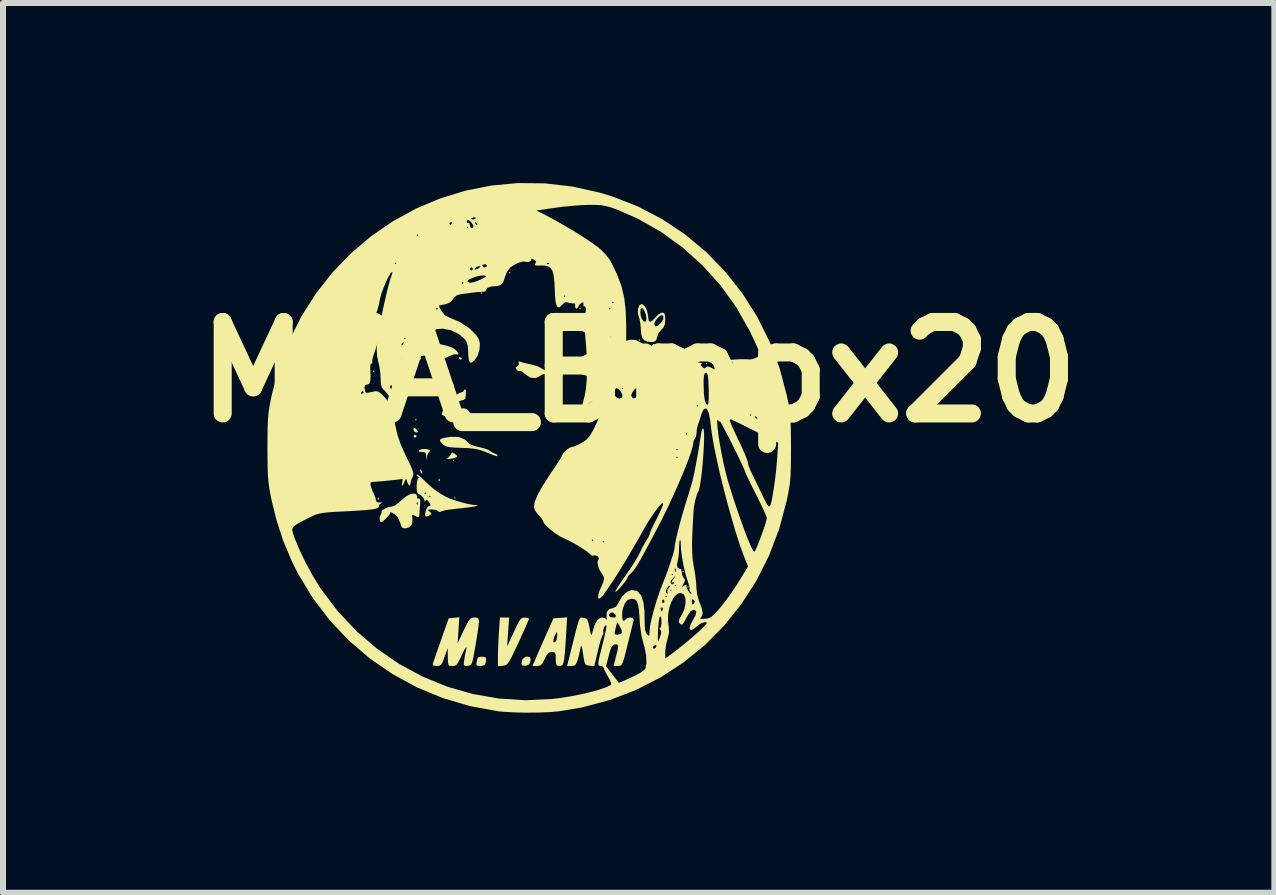
<source format=kicad_pcb>
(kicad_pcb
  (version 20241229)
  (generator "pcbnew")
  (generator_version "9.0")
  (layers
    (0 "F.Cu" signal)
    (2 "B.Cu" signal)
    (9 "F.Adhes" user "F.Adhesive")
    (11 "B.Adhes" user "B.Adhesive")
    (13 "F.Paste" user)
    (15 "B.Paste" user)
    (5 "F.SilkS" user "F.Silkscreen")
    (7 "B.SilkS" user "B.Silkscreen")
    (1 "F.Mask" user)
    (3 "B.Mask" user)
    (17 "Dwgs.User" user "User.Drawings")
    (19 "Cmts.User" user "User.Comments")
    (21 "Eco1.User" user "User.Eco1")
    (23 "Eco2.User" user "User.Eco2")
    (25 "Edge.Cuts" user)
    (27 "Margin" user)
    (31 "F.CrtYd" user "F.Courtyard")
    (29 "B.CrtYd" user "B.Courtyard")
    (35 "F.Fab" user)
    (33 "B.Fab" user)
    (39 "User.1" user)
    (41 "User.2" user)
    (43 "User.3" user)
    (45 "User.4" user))
  (footprint "MVA_Bmpx20"
    (layer "F.Cu")
    (at 7.591 3.149)
    (property "Reference" "MVA_Bmpx20" (at 0 0 0) (layer "F.SilkS") (effects (font (size 1.524 1.524) (thickness 0.3))))
    (attr board_only exclude_from_pos_files exclude_from_bom)
    (fp_poly (pts (xy -4.403 -0.013) (xy -4.416 0) (xy -4.429 -0.013) (xy -4.416 -0.026)) (stroke (width 0) (type solid)) (fill yes) (layer "F.SilkS"))
    (fp_poly (pts (xy -3.699 0.795) (xy -3.712 0.808) (xy -3.725 0.795) (xy -3.712 0.782)) (stroke (width 0) (type solid)) (fill yes) (layer "F.SilkS"))
    (fp_poly (pts (xy -3.621 -0.221) (xy -3.634 -0.208) (xy -3.647 -0.221) (xy -3.634 -0.234)) (stroke (width 0) (type solid)) (fill yes) (layer "F.SilkS"))
    (fp_poly (pts (xy -3.074 1.472) (xy -3.087 1.485) (xy -3.1 1.472) (xy -3.087 1.459)) (stroke (width 0) (type solid)) (fill yes) (layer "F.SilkS"))
    (fp_poly (pts (xy -3.048 2.097) (xy -3.061 2.11) (xy -3.074 2.097) (xy -3.061 2.084)) (stroke (width 0) (type solid)) (fill yes) (layer "F.SilkS"))
    (fp_poly (pts (xy -2.605 -1.316) (xy -2.618 -1.303) (xy -2.631 -1.316) (xy -2.618 -1.329)) (stroke (width 0) (type solid)) (fill yes) (layer "F.SilkS"))
    (fp_poly (pts (xy -2.136 -1.654) (xy -2.149 -1.641) (xy -2.162 -1.654) (xy -2.149 -1.667)) (stroke (width 0) (type solid)) (fill yes) (layer "F.SilkS"))
    (fp_poly (pts (xy -0.964 -1.055) (xy -0.977 -1.042) (xy -0.99 -1.055) (xy -0.977 -1.068)) (stroke (width 0) (type solid)) (fill yes) (layer "F.SilkS"))
    (fp_poly (pts (xy 0.026 -0.534) (xy 0.013 -0.521) (xy 0 -0.534) (xy 0.013 -0.547)) (stroke (width 0) (type solid)) (fill yes) (layer "F.SilkS"))
    (fp_poly (pts (xy 0.261 -0.456) (xy 0.247 -0.443) (xy 0.234 -0.456) (xy 0.247 -0.469)) (stroke (width 0) (type solid)) (fill yes) (layer "F.SilkS"))
    (fp_poly (pts (xy 0.313 -0.456) (xy 0.3 -0.443) (xy 0.287 -0.456) (xy 0.3 -0.469)) (stroke (width 0) (type solid)) (fill yes) (layer "F.SilkS"))
    (fp_poly (pts (xy 0.755 3.322) (xy 0.742 3.335) (xy 0.729 3.322) (xy 0.742 3.309)) (stroke (width 0) (type solid)) (fill yes) (layer "F.SilkS"))
    (fp_poly (pts (xy 0.834 3.582) (xy 0.821 3.595) (xy 0.808 3.582) (xy 0.821 3.569)) (stroke (width 0) (type solid)) (fill yes) (layer "F.SilkS"))
    (fp_poly (pts (xy 1.146 -0.143) (xy 1.133 -0.13) (xy 1.12 -0.143) (xy 1.133 -0.156)) (stroke (width 0) (type solid)) (fill yes) (layer "F.SilkS"))
    (fp_poly (pts (xy 1.25 -0.143) (xy 1.237 -0.13) (xy 1.224 -0.143) (xy 1.237 -0.156)) (stroke (width 0) (type solid)) (fill yes) (layer "F.SilkS"))
    (fp_poly (pts (xy -4.333 2.093) (xy -4.33 2.124) (xy -4.333 2.128) (xy -4.349 2.124) (xy -4.351 2.11) (xy -4.341 2.089)) (stroke (width 0) (type solid)) (fill yes) (layer "F.SilkS"))
    (fp_poly (pts (xy -3.916 -0.017) (xy -3.92 -0.002) (xy -3.934 0) (xy -3.955 -0.01) (xy -3.951 -0.017) (xy -3.92 -0.02)) (stroke (width 0) (type solid)) (fill yes) (layer "F.SilkS"))
    (fp_poly (pts (xy -3.317 1.78) (xy -3.314 1.811) (xy -3.317 1.815) (xy -3.333 1.811) (xy -3.335 1.798) (xy -3.325 1.776)) (stroke (width 0) (type solid)) (fill yes) (layer "F.SilkS"))
    (fp_poly (pts (xy -3.622 1.634) (xy -3.612 1.653) (xy -3.605 1.69) (xy -3.623 1.683) (xy -3.635 1.666) (xy -3.643 1.631) (xy -3.64 1.625)) (stroke (width 0) (type solid)) (fill yes) (layer "F.SilkS"))
    (fp_poly (pts (xy -3.969 0.433) (xy -3.973 0.443) (xy -3.996 0.468) (xy -4 0.469) (xy -4.012 0.449) (xy -4.012 0.443) (xy -3.992 0.418) (xy -3.984 0.417)) (stroke (width 0) (type solid)) (fill yes) (layer "F.SilkS"))
    (fp_poly (pts (xy -3.7 1.062) (xy -3.699 1.068) (xy -3.719 1.093) (xy -3.725 1.094) (xy -3.751 1.074) (xy -3.751 1.068) (xy -3.732 1.043) (xy -3.725 1.042)) (stroke (width 0) (type solid)) (fill yes) (layer "F.SilkS"))
    (fp_poly (pts (xy -2.97 -0.247) (xy -2.945 -0.224) (xy -2.944 -0.22) (xy -2.964 -0.209) (xy -2.97 -0.208) (xy -2.995 -0.228) (xy -2.996 -0.236) (xy -2.98 -0.252)) (stroke (width 0) (type solid)) (fill yes) (layer "F.SilkS"))
    (fp_poly (pts (xy -3.725 0.935) (xy -3.712 0.947) (xy -3.681 0.983) (xy -3.673 0.997) (xy -3.695 1.006) (xy -3.712 1.007) (xy -3.744 0.986) (xy -3.751 0.958) (xy -3.747 0.924)) (stroke (width 0) (type solid)) (fill yes) (layer "F.SilkS"))
    (fp_poly (pts (xy -2.441 0.732) (xy -2.436 0.755) (xy -2.454 0.793) (xy -2.499 0.795) (xy -2.527 0.781) (xy -2.553 0.757) (xy -2.532 0.733) (xy -2.527 0.73) (xy -2.474 0.712)) (stroke (width 0) (type solid)) (fill yes) (layer "F.SilkS"))
    (fp_poly (pts (xy -1.812 4.749) (xy -1.8 4.784) (xy -1.802 4.813) (xy -1.821 4.869) (xy -1.87 4.891) (xy -1.882 4.893) (xy -1.938 4.889) (xy -1.954 4.862) (xy -1.937 4.784) (xy -1.888 4.745) (xy -1.858 4.741)) (stroke (width 0) (type solid)) (fill yes) (layer "F.SilkS"))
    (fp_poly (pts (xy -3.069 1.359) (xy -3.061 1.365) (xy -3.026 1.396) (xy -3.03 1.417) (xy -3.078 1.434) (xy -3.126 1.444) (xy -3.183 1.453) (xy -3.195 1.447) (xy -3.176 1.428) (xy -3.136 1.384) (xy -3.124 1.36) (xy -3.106 1.341)) (stroke (width 0) (type solid)) (fill yes) (layer "F.SilkS"))
    (fp_poly (pts (xy -2.567 4.746) (xy -2.548 4.755) (xy -2.542 4.788) (xy -2.547 4.833) (xy -2.567 4.881) (xy -2.615 4.897) (xy -2.637 4.898) (xy -2.691 4.893) (xy -2.705 4.869) (xy -2.7 4.839) (xy -2.687 4.785) (xy -2.684 4.761) (xy -2.662 4.747) (xy -2.614 4.742)) (stroke (width 0) (type solid)) (fill yes) (layer "F.SilkS"))
    (fp_poly (pts (xy -3.496 1.291) (xy -3.477 1.303) (xy -3.479 1.327) (xy -3.488 1.329) (xy -3.51 1.351) (xy -3.524 1.4) (xy -3.535 1.472) (xy -3.539 1.399) (xy -3.55 1.346) (xy -3.581 1.332) (xy -3.599 1.333) (xy -3.648 1.329) (xy -3.665 1.313) (xy -3.65 1.294) (xy -3.604 1.284) (xy -3.546 1.282)) (stroke (width 0) (type solid)) (fill yes) (layer "F.SilkS"))
    (fp_poly (pts (xy -1.971 -0.173) (xy -1.965 -0.17) (xy -1.907 -0.152) (xy -1.827 -0.134) (xy -1.811 -0.132) (xy -1.679 -0.095) (xy -1.56 -0.028) (xy -1.502 0.017) (xy -1.453 0.061) (xy -1.448 0.076) (xy -1.486 0.064) (xy -1.523 0.048) (xy -1.58 0.032) (xy -1.625 0.051) (xy -1.637 0.061) (xy -1.715 0.1) (xy -1.801 0.094) (xy -1.881 0.044) (xy -1.889 0.037) (xy -1.936 -0.004) (xy -1.972 -0.017) (xy -1.976 -0.016) (xy -2.01 -0.02) (xy -2.032 -0.039) (xy -2.05 -0.073) (xy -2.024 -0.093) (xy -1.996 -0.126) (xy -1.999 -0.15) (xy -2.002 -0.178)) (stroke (width 0) (type solid)) (fill yes) (layer "F.SilkS"))
    (fp_poly (pts (xy -2.175 4.331) (xy -2.191 4.572) (xy -2.08 4.331) (xy -2.029 4.221) (xy -1.991 4.151) (xy -1.961 4.111) (xy -1.932 4.094) (xy -1.897 4.09) (xy -1.897 4.09) (xy -1.845 4.096) (xy -1.826 4.11) (xy -1.837 4.139) (xy -1.866 4.207) (xy -1.91 4.305) (xy -1.965 4.425) (xy -2.002 4.507) (xy -2.069 4.648) (xy -2.118 4.75) (xy -2.155 4.817) (xy -2.184 4.859) (xy -2.211 4.881) (xy -2.239 4.89) (xy -2.261 4.893) (xy -2.345 4.901) (xy -2.345 4.734) (xy -2.343 4.627) (xy -2.337 4.493) (xy -2.33 4.358) (xy -2.328 4.329) (xy -2.311 4.09) (xy -2.158 4.09)) (stroke (width 0) (type solid)) (fill yes) (layer "F.SilkS"))
    (fp_poly (pts (xy -2.998 1.081) (xy -2.892 1.126) (xy -2.827 1.19) (xy -2.788 1.213) (xy -2.716 1.237) (xy -2.659 1.25) (xy -2.571 1.272) (xy -2.501 1.299) (xy -2.475 1.316) (xy -2.428 1.347) (xy -2.403 1.355) (xy -2.363 1.374) (xy -2.358 1.381) (xy -2.351 1.398) (xy -2.367 1.401) (xy -2.412 1.387) (xy -2.494 1.354) (xy -2.54 1.335) (xy -2.635 1.301) (xy -2.73 1.279) (xy -2.846 1.267) (xy -2.952 1.263) (xy -3.074 1.258) (xy -3.156 1.25) (xy -3.21 1.237) (xy -3.249 1.215) (xy -3.272 1.196) (xy -3.308 1.154) (xy -3.308 1.124) (xy -3.268 1.103) (xy -3.182 1.086) (xy -3.133 1.079)) (stroke (width 0) (type solid)) (fill yes) (layer "F.SilkS"))
    (fp_poly (pts (xy -2.879 0.31) (xy -2.879 0.376) (xy -2.889 0.446) (xy -2.914 0.462) (xy -2.97 0.478) (xy -2.98 0.48) (xy -3.061 0.513) (xy -3.098 0.574) (xy -3.1 0.601) (xy -3.077 0.612) (xy -3.02 0.612) (xy -2.989 0.609) (xy -2.91 0.604) (xy -2.861 0.62) (xy -2.837 0.642) (xy -2.793 0.706) (xy -2.776 0.757) (xy -2.789 0.784) (xy -2.795 0.786) (xy -2.899 0.795) (xy -3.005 0.795) (xy -3.097 0.789) (xy -3.162 0.776) (xy -3.182 0.764) (xy -3.226 0.734) (xy -3.247 0.729) (xy -3.279 0.713) (xy -3.272 0.663) (xy -3.226 0.583) (xy -3.207 0.555) (xy -3.132 0.465) (xy -3.056 0.392) (xy -2.988 0.348) (xy -2.953 0.339) (xy -2.921 0.323) (xy -2.918 0.313) (xy -2.899 0.287) (xy -2.893 0.287)) (stroke (width 0) (type solid)) (fill yes) (layer "F.SilkS"))
    (fp_poly (pts (xy -1.209 4.368) (xy -1.22 4.547) (xy -1.23 4.681) (xy -1.24 4.775) (xy -1.252 4.838) (xy -1.267 4.875) (xy -1.286 4.892) (xy -1.311 4.897) (xy -1.318 4.898) (xy -1.357 4.892) (xy -1.375 4.867) (xy -1.381 4.809) (xy -1.381 4.78) (xy -1.383 4.708) (xy -1.397 4.674) (xy -1.428 4.664) (xy -1.447 4.663) (xy -1.493 4.673) (xy -1.53 4.71) (xy -1.566 4.78) (xy -1.602 4.853) (xy -1.637 4.887) (xy -1.684 4.897) (xy -1.693 4.898) (xy -1.769 4.898) (xy -1.716 4.774) (xy -1.684 4.698) (xy -1.637 4.591) (xy -1.585 4.473) (xy -1.422 4.473) (xy -1.417 4.505) (xy -1.411 4.507) (xy -1.382 4.486) (xy -1.37 4.466) (xy -1.358 4.405) (xy -1.355 4.368) (xy -1.36 4.332) (xy -1.374 4.344) (xy -1.378 4.351) (xy -1.408 4.416) (xy -1.422 4.473) (xy -1.585 4.473) (xy -1.582 4.468) (xy -1.542 4.377) (xy -1.419 4.103) (xy -1.306 4.095) (xy -1.192 4.087)) (stroke (width 0) (type solid)) (fill yes) (layer "F.SilkS"))
    (fp_poly (pts (xy -3.701 2.043) (xy -3.687 2.081) (xy -3.693 2.095) (xy -3.691 2.107) (xy -3.673 2.106) (xy -3.647 2.112) (xy -3.639 2.155) (xy -3.641 2.188) (xy -3.647 2.275) (xy -3.652 2.351) (xy -3.658 2.406) (xy -3.677 2.419) (xy -3.725 2.397) (xy -3.731 2.394) (xy -3.767 2.378) (xy -3.777 2.394) (xy -3.769 2.445) (xy -3.773 2.529) (xy -3.817 2.585) (xy -3.894 2.605) (xy -3.938 2.594) (xy -3.962 2.552) (xy -3.971 2.515) (xy -4.014 2.418) (xy -4.066 2.369) (xy -4.114 2.34) (xy -4.136 2.335) (xy -4.136 2.338) (xy -4.149 2.369) (xy -4.19 2.419) (xy -4.213 2.442) (xy -4.265 2.488) (xy -4.293 2.502) (xy -4.308 2.485) (xy -4.313 2.469) (xy -4.315 2.415) (xy -4.303 2.391) (xy -4.285 2.349) (xy -4.287 2.335) (xy -4.274 2.305) (xy -4.228 2.274) (xy -4.165 2.249) (xy -4.108 2.24) (xy -4.062 2.223) (xy -4.014 2.188) (xy -3.699 2.188) (xy -3.69 2.21) (xy -3.682 2.206) (xy -3.679 2.175) (xy -3.682 2.171) (xy -3.697 2.175) (xy -3.699 2.188) (xy -4.014 2.188) (xy -4 2.178) (xy -3.964 2.146) (xy -3.876 2.072) (xy -3.796 2.031) (xy -3.731 2.025)) (stroke (width 0) (type solid)) (fill yes) (layer "F.SilkS"))
    (fp_poly (pts (xy -3.017 4.52) (xy -2.916 4.305) (xy -2.866 4.203) (xy -2.83 4.14) (xy -2.8 4.106) (xy -2.768 4.092) (xy -2.736 4.09) (xy -2.702 4.091) (xy -2.678 4.099) (xy -2.665 4.12) (xy -2.662 4.162) (xy -2.668 4.232) (xy -2.683 4.337) (xy -2.707 4.484) (xy -2.717 4.546) (xy -2.741 4.683) (xy -2.759 4.777) (xy -2.775 4.837) (xy -2.791 4.871) (xy -2.812 4.886) (xy -2.84 4.892) (xy -2.849 4.893) (xy -2.894 4.896) (xy -2.913 4.881) (xy -2.912 4.836) (xy -2.905 4.789) (xy -2.892 4.708) (xy -2.878 4.643) (xy -2.875 4.631) (xy -2.867 4.588) (xy -2.877 4.588) (xy -2.903 4.627) (xy -2.94 4.7) (xy -2.959 4.741) (xy -3 4.827) (xy -3.032 4.874) (xy -3.066 4.894) (xy -3.104 4.898) (xy -3.146 4.895) (xy -3.168 4.879) (xy -3.178 4.837) (xy -3.18 4.756) (xy -3.18 4.748) (xy -3.182 4.598) (xy -3.235 4.748) (xy -3.266 4.831) (xy -3.293 4.876) (xy -3.325 4.894) (xy -3.365 4.898) (xy -3.418 4.892) (xy -3.431 4.869) (xy -3.427 4.852) (xy -3.414 4.812) (xy -3.386 4.733) (xy -3.349 4.625) (xy -3.304 4.499) (xy -3.289 4.455) (xy -3.165 4.103) (xy -2.988 4.086)) (stroke (width 0) (type solid)) (fill yes) (layer "F.SilkS"))
    (fp_poly (pts (xy 0.061 -1.131) (xy 0.103 -1.093) (xy 0.138 -1.024) (xy 0.156 -0.946) (xy 0.157 -0.93) (xy 0.166 -0.859) (xy 0.192 -0.836) (xy 0.236 -0.863) (xy 0.269 -0.9) (xy 0.324 -0.955) (xy 0.377 -0.987) (xy 0.392 -0.99) (xy 0.424 -0.982) (xy 0.439 -0.948) (xy 0.443 -0.877) (xy 0.443 -0.875) (xy 0.436 -0.791) (xy 0.408 -0.736) (xy 0.38 -0.71) (xy 0.331 -0.649) (xy 0.308 -0.584) (xy 0.292 -0.528) (xy 0.251 -0.505) (xy 0.221 -0.5) (xy 0.147 -0.507) (xy 0.092 -0.53) (xy 0.059 -0.57) (xy 0.042 -0.638) (xy 0.037 -0.707) (xy 0.029 -0.803) (xy 0.261 -0.803) (xy 0.273 -0.762) (xy 0.309 -0.765) (xy 0.364 -0.813) (xy 0.411 -0.882) (xy 0.409 -0.935) (xy 0.399 -0.947) (xy 0.37 -0.945) (xy 0.328 -0.913) (xy 0.288 -0.866) (xy 0.263 -0.818) (xy 0.261 -0.803) (xy 0.029 -0.803) (xy 0.029 -0.804) (xy 0.012 -0.892) (xy 0.001 -0.925) (xy -0.014 -0.994) (xy 0.027 -0.994) (xy 0.036 -0.93) (xy 0.053 -0.884) (xy 0.089 -0.841) (xy 0.118 -0.841) (xy 0.13 -0.884) (xy 0.121 -0.951) (xy 0.098 -1.016) (xy 0.069 -1.06) (xy 0.053 -1.068) (xy 0.033 -1.046) (xy 0.027 -0.994) (xy -0.014 -0.994) (xy -0.014 -0.995) (xy -0.008 -1.063) (xy 0.015 -1.115) (xy 0.049 -1.134)) (stroke (width 0) (type solid)) (fill yes) (layer "F.SilkS"))
    (fp_poly (pts (xy -3.645 1.736) (xy -3.628 1.752) (xy -3.521 1.855) (xy -3.436 1.931) (xy -3.356 1.991) (xy -3.269 2.046) (xy -3.219 2.074) (xy -3.144 2.108) (xy -3.041 2.144) (xy -2.929 2.177) (xy -2.824 2.202) (xy -2.747 2.214) (xy -2.738 2.214) (xy -2.687 2.217) (xy -2.684 2.225) (xy -2.721 2.236) (xy -2.793 2.249) (xy -2.896 2.262) (xy -2.921 2.265) (xy -3.067 2.281) (xy -3.17 2.294) (xy -3.239 2.306) (xy -3.281 2.318) (xy -3.302 2.328) (xy -3.333 2.329) (xy -3.339 2.321) (xy -3.376 2.295) (xy -3.458 2.289) (xy -3.476 2.289) (xy -3.511 2.295) (xy -3.5 2.312) (xy -3.482 2.325) (xy -3.453 2.352) (xy -3.466 2.375) (xy -3.489 2.39) (xy -3.534 2.407) (xy -3.554 2.4) (xy -3.558 2.36) (xy -3.545 2.304) (xy -3.522 2.255) (xy -3.497 2.234) (xy -3.494 2.234) (xy -3.468 2.227) (xy -3.479 2.189) (xy -3.502 2.154) (xy -3.533 2.125) (xy -3.551 2.141) (xy -3.551 2.141) (xy -3.563 2.162) (xy -3.567 2.141) (xy -3.588 2.092) (xy -3.609 2.071) (xy -3.491 2.071) (xy -3.478 2.084) (xy -3.465 2.071) (xy -3.478 2.058) (xy -3.491 2.071) (xy -3.609 2.071) (xy -3.632 2.048) (xy -3.671 2.032) (xy -3.682 2.019) (xy -3.569 2.019) (xy -3.556 2.032) (xy -3.543 2.019) (xy -3.556 2.006) (xy -3.569 2.019) (xy -3.682 2.019) (xy -3.689 2.009) (xy -3.698 1.954) (xy -3.699 1.883) (xy -3.691 1.816) (xy -3.676 1.771) (xy -3.667 1.763) (xy -3.648 1.751) (xy -3.667 1.747) (xy -3.697 1.725) (xy -3.699 1.713) (xy -3.684 1.708)) (stroke (width 0) (type solid)) (fill yes) (layer "F.SilkS"))
    (fp_poly (pts (xy -1.562 -3.144) (xy -1.106 -3.091) (xy -0.647 -2.989) (xy -0.447 -2.929) (xy -0.014 -2.76) (xy 0.394 -2.547) (xy 0.775 -2.292) (xy 1.126 -1.999) (xy 1.445 -1.67) (xy 1.73 -1.308) (xy 1.978 -0.916) (xy 2.186 -0.496) (xy 2.352 -0.052) (xy 2.468 0.388) (xy 2.492 0.506) (xy 2.51 0.609) (xy 2.522 0.707) (xy 2.53 0.813) (xy 2.535 0.938) (xy 2.537 1.094) (xy 2.538 1.263) (xy 2.537 1.455) (xy 2.535 1.606) (xy 2.53 1.728) (xy 2.521 1.833) (xy 2.508 1.931) (xy 2.489 2.035) (xy 2.468 2.139) (xy 2.342 2.611) (xy 2.173 3.057) (xy 1.962 3.476) (xy 1.711 3.866) (xy 1.424 4.225) (xy 1.103 4.549) (xy 0.749 4.837) (xy 0.366 5.087) (xy -0.045 5.297) (xy -0.481 5.464) (xy -0.939 5.587) (xy -1.328 5.652) (xy -1.487 5.666) (xy -1.678 5.673) (xy -1.883 5.675) (xy -2.084 5.67) (xy -2.262 5.66) (xy -2.345 5.651) (xy -2.814 5.565) (xy -3.265 5.431) (xy -3.696 5.253) (xy -4.103 5.031) (xy -4.484 4.768) (xy -4.835 4.467) (xy -5.153 4.129) (xy -5.435 3.757) (xy -5.678 3.354) (xy -5.773 3.165) (xy -5.922 2.812) (xy -5.985 2.619) (xy -5.772 2.619) (xy -5.766 2.668) (xy -5.744 2.735) (xy -5.732 2.767) (xy -5.651 2.963) (xy -5.547 3.179) (xy -5.428 3.397) (xy -5.304 3.598) (xy -5.289 3.62) (xy -5.011 3.987) (xy -4.7 4.318) (xy -4.358 4.611) (xy -3.99 4.863) (xy -3.599 5.074) (xy -3.189 5.242) (xy -2.764 5.364) (xy -2.327 5.44) (xy -1.881 5.468) (xy -1.432 5.446) (xy -1.327 5.433) (xy -1.153 5.406) (xy -0.98 5.373) (xy -0.816 5.335) (xy -0.672 5.296) (xy -0.556 5.257) (xy -0.478 5.222) (xy -0.46 5.209) (xy -0.461 5.178) (xy -0.485 5.12) (xy -0.51 5.077) (xy -0.551 5.005) (xy -0.577 4.949) (xy -0.582 4.93) (xy -0.603 4.903) (xy -0.604 4.903) (xy -0.543 4.903) (xy -0.33 5.178) (xy -0.237 5.139) (xy -0.155 5.103) (xy -0.059 5.057) (xy -0.023 5.039) (xy 0.05 4.996) (xy 0.101 4.954) (xy 0.114 4.936) (xy 0.13 4.847) (xy 0.126 4.771) (xy 0.443 4.771) (xy 0.528 4.712) (xy 0.585 4.669) (xy 0.669 4.604) (xy 0.764 4.527) (xy 0.808 4.491) (xy 0.903 4.411) (xy 0.991 4.333) (xy 1.059 4.269) (xy 1.079 4.249) (xy 1.125 4.199) (xy 1.137 4.175) (xy 1.118 4.169) (xy 1.098 4.168) (xy 1.04 4.186) (xy 0.979 4.229) (xy 0.975 4.233) (xy 0.908 4.287) (xy 0.864 4.297) (xy 0.848 4.269) (xy 0.863 4.208) (xy 0.898 4.144) (xy 0.949 4.05) (xy 0.961 3.99) (xy 0.934 3.962) (xy 0.914 3.96) (xy 0.865 3.985) (xy 0.813 4.062) (xy 0.804 4.079) (xy 0.761 4.161) (xy 0.73 4.202) (xy 0.706 4.207) (xy 0.68 4.184) (xy 0.679 4.184) (xy 0.667 4.15) (xy 0.684 4.101) (xy 0.715 4.05) (xy 0.758 3.962) (xy 0.78 3.865) (xy 0.78 3.83) (xy 0.886 3.83) (xy 0.891 3.871) (xy 0.911 3.867) (xy 0.917 3.861) (xy 0.935 3.825) (xy 0.917 3.798) (xy 0.894 3.785) (xy 0.886 3.817) (xy 0.886 3.83) (xy 0.78 3.83) (xy 0.78 3.775) (xy 0.755 3.71) (xy 0.75 3.704) (xy 0.697 3.678) (xy 0.643 3.695) (xy 0.591 3.747) (xy 0.546 3.827) (xy 0.511 3.927) (xy 0.491 4.038) (xy 0.488 4.152) (xy 0.499 4.227) (xy 0.507 4.335) (xy 0.482 4.444) (xy 0.457 4.542) (xy 0.444 4.642) (xy 0.443 4.666) (xy 0.443 4.771) (xy 0.126 4.771) (xy 0.125 4.728) (xy 0.101 4.598) (xy 0.098 4.588) (xy 0.234 4.588) (xy 0.249 4.61) (xy 0.277 4.6) (xy 0.295 4.573) (xy 0.294 4.547) (xy 0.272 4.55) (xy 0.239 4.576) (xy 0.234 4.588) (xy 0.098 4.588) (xy 0.079 4.521) (xy 0.05 4.406) (xy 0.32 4.406) (xy 0.32 4.465) (xy 0.325 4.483) (xy 0.336 4.465) (xy 0.354 4.418) (xy 0.354 4.417) (xy 0.375 4.348) (xy 0.373 4.31) (xy 0.358 4.294) (xy 0.343 4.276) (xy 0.352 4.273) (xy 0.369 4.249) (xy 0.38 4.191) (xy 0.381 4.167) (xy 0.377 4.101) (xy 0.363 4.071) (xy 0.357 4.071) (xy 0.344 4.099) (xy 0.333 4.167) (xy 0.325 4.262) (xy 0.323 4.3) (xy 0.32 4.406) (xy 0.05 4.406) (xy 0.046 4.391) (xy 0.023 4.225) (xy 0.015 4.112) (xy 0.006 3.971) (xy -0.009 3.875) (xy -0.033 3.815) (xy -0.069 3.785) (xy -0.117 3.777) (xy -0.181 3.795) (xy -0.229 3.851) (xy -0.262 3.938) (xy -0.274 4.005) (xy -0.275 4.071) (xy -0.267 4.123) (xy -0.252 4.149) (xy -0.232 4.136) (xy -0.23 4.133) (xy -0.193 4.101) (xy -0.144 4.089) (xy -0.101 4.097) (xy -0.083 4.126) (xy -0.084 4.136) (xy -0.094 4.177) (xy -0.114 4.258) (xy -0.142 4.368) (xy -0.173 4.497) (xy -0.184 4.539) (xy -0.219 4.68) (xy -0.245 4.778) (xy -0.265 4.841) (xy -0.284 4.877) (xy -0.305 4.893) (xy -0.331 4.897) (xy -0.344 4.898) (xy -0.397 4.896) (xy -0.417 4.891) (xy -0.41 4.865) (xy -0.394 4.803) (xy -0.378 4.741) (xy -0.352 4.638) (xy -0.342 4.575) (xy -0.349 4.544) (xy -0.374 4.536) (xy -0.396 4.538) (xy -0.429 4.551) (xy -0.455 4.587) (xy -0.48 4.657) (xy -0.498 4.724) (xy -0.543 4.903) (xy -0.604 4.903) (xy -0.63 4.898) (xy -0.654 4.896) (xy -0.669 4.884) (xy -0.673 4.856) (xy -0.666 4.803) (xy -0.647 4.717) (xy -0.616 4.592) (xy -0.601 4.533) (xy -0.572 4.416) (xy -0.555 4.338) (xy -0.399 4.338) (xy -0.395 4.368) (xy -0.369 4.376) (xy -0.352 4.377) (xy -0.3 4.364) (xy -0.28 4.344) (xy -0.284 4.301) (xy -0.311 4.241) (xy -0.313 4.239) (xy -0.358 4.166) (xy -0.385 4.271) (xy -0.399 4.338) (xy -0.555 4.338) (xy -0.55 4.318) (xy -0.538 4.25) (xy -0.537 4.222) (xy -0.559 4.225) (xy -0.58 4.26) (xy -0.591 4.307) (xy -0.589 4.331) (xy -0.588 4.369) (xy -0.597 4.377) (xy -0.61 4.4) (xy -0.632 4.464) (xy -0.658 4.558) (xy -0.678 4.638) (xy -0.739 4.9) (xy -0.819 4.892) (xy -0.861 4.886) (xy -0.887 4.868) (xy -0.904 4.828) (xy -0.918 4.753) (xy -0.925 4.702) (xy -0.94 4.61) (xy -0.95 4.565) (xy -0.958 4.56) (xy -0.968 4.592) (xy -0.971 4.61) (xy -0.999 4.735) (xy -1.023 4.818) (xy -1.045 4.866) (xy -1.071 4.89) (xy -1.106 4.897) (xy -1.118 4.898) (xy -1.193 4.898) (xy -1.116 4.592) (xy -1.073 4.42) (xy -1.041 4.292) (xy -1.016 4.201) (xy -0.998 4.143) (xy -0.982 4.109) (xy -0.967 4.093) (xy -0.95 4.091) (xy -0.928 4.094) (xy -0.917 4.095) (xy -0.878 4.105) (xy -0.853 4.13) (xy -0.834 4.184) (xy -0.819 4.259) (xy -0.803 4.342) (xy -0.792 4.379) (xy -0.782 4.375) (xy -0.771 4.338) (xy -0.731 4.207) (xy -0.684 4.125) (xy -0.629 4.091) (xy -0.615 4.09) (xy -0.56 4.102) (xy -0.536 4.123) (xy -0.529 4.125) (xy -0.534 4.086) (xy -0.535 4.081) (xy -0.534 4.054) (xy -0.495 4.054) (xy -0.472 4.082) (xy -0.429 4.09) (xy -0.383 4.085) (xy -0.38 4.06) (xy -0.39 4.039) (xy -0.428 4.006) (xy -0.469 4.008) (xy -0.494 4.042) (xy -0.495 4.054) (xy -0.534 4.054) (xy -0.532 4) (xy -0.492 3.949) (xy -0.433 3.934) (xy -0.377 3.909) (xy -0.344 3.857) (xy -0.276 3.74) (xy -0.198 3.664) (xy -0.115 3.631) (xy -0.033 3.646) (xy -0.015 3.656) (xy 0.041 3.721) (xy 0.078 3.83) (xy 0.097 3.986) (xy 0.099 4.112) (xy 0.101 4.23) (xy 0.11 4.307) (xy 0.127 4.355) (xy 0.14 4.372) (xy 0.167 4.394) (xy 0.179 4.383) (xy 0.182 4.33) (xy 0.182 4.311) (xy 0.191 4.229) (xy 0.215 4.111) (xy 0.251 3.971) (xy 0.259 3.945) (xy 0.365 3.945) (xy 0.373 3.983) (xy 0.396 3.972) (xy 0.403 3.962) (xy 0.399 3.928) (xy 0.391 3.921) (xy 0.369 3.927) (xy 0.365 3.945) (xy 0.259 3.945) (xy 0.296 3.82) (xy 0.297 3.815) (xy 0.391 3.815) (xy 0.399 3.853) (xy 0.422 3.841) (xy 0.429 3.831) (xy 0.425 3.798) (xy 0.417 3.791) (xy 0.395 3.796) (xy 0.391 3.815) (xy 0.297 3.815) (xy 0.322 3.738) (xy 0.443 3.738) (xy 0.456 3.751) (xy 0.469 3.738) (xy 0.456 3.725) (xy 0.443 3.738) (xy 0.322 3.738) (xy 0.344 3.672) (xy 0.356 3.641) (xy 0.456 3.641) (xy 0.456 3.673) (xy 0.48 3.699) (xy 0.484 3.679) (xy 0.479 3.663) (xy 0.481 3.634) (xy 0.521 3.634) (xy 0.534 3.647) (xy 0.547 3.634) (xy 0.534 3.621) (xy 0.521 3.634) (xy 0.481 3.634) (xy 0.482 3.621) (xy 0.493 3.609) (xy 0.52 3.572) (xy 0.521 3.562) (xy 0.509 3.557) (xy 0.48 3.589) (xy 0.456 3.641) (xy 0.356 3.641) (xy 0.388 3.556) (xy 0.599 3.556) (xy 0.612 3.569) (xy 0.625 3.556) (xy 0.612 3.543) (xy 0.599 3.556) (xy 0.388 3.556) (xy 0.394 3.539) (xy 0.404 3.517) (xy 0.405 3.513) (xy 0.532 3.513) (xy 0.532 3.514) (xy 0.559 3.541) (xy 0.585 3.519) (xy 0.589 3.513) (xy 0.592 3.495) (xy 0.577 3.501) (xy 0.55 3.509) (xy 0.554 3.484) (xy 0.586 3.435) (xy 0.592 3.428) (xy 0.619 3.394) (xy 0.614 3.395) (xy 0.576 3.43) (xy 0.538 3.476) (xy 0.532 3.513) (xy 0.405 3.513) (xy 0.446 3.412) (xy 0.459 3.374) (xy 0.547 3.374) (xy 0.56 3.387) (xy 0.573 3.374) (xy 0.56 3.361) (xy 0.547 3.374) (xy 0.459 3.374) (xy 0.489 3.293) (xy 0.601 3.293) (xy 0.606 3.327) (xy 0.615 3.328) (xy 0.621 3.293) (xy 0.617 3.278) (xy 0.605 3.268) (xy 0.601 3.293) (xy 0.489 3.293) (xy 0.489 3.293) (xy 0.519 3.205) (xy 0.638 3.205) (xy 0.648 3.255) (xy 0.675 3.277) (xy 0.687 3.274) (xy 0.709 3.288) (xy 0.719 3.341) (xy 0.732 3.403) (xy 0.756 3.439) (xy 0.774 3.463) (xy 0.761 3.504) (xy 0.744 3.534) (xy 0.722 3.574) (xy 0.726 3.58) (xy 0.731 3.576) (xy 0.77 3.549) (xy 0.798 3.544) (xy 0.798 3.564) (xy 0.797 3.565) (xy 0.801 3.598) (xy 0.826 3.647) (xy 0.858 3.688) (xy 0.877 3.699) (xy 0.876 3.683) (xy 0.863 3.664) (xy 0.845 3.628) (xy 0.848 3.615) (xy 0.848 3.585) (xy 0.832 3.525) (xy 0.823 3.501) (xy 0.785 3.381) (xy 0.75 3.237) (xy 0.723 3.09) (xy 0.706 2.96) (xy 0.703 2.902) (xy 0.701 2.834) (xy 0.693 2.797) (xy 0.688 2.794) (xy 0.679 2.827) (xy 0.674 2.894) (xy 0.673 2.944) (xy 0.669 3.035) (xy 0.658 3.115) (xy 0.651 3.141) (xy 0.638 3.205) (xy 0.519 3.205) (xy 0.53 3.172) (xy 0.565 3.062) (xy 0.59 2.975) (xy 0.599 2.923) (xy 0.599 2.922) (xy 0.606 2.862) (xy 0.627 2.763) (xy 0.657 2.636) (xy 0.695 2.491) (xy 0.738 2.338) (xy 0.771 2.227) (xy 0.81 2.103) (xy 0.845 1.988) (xy 0.873 1.896) (xy 0.887 1.85) (xy 0.907 1.767) (xy 0.933 1.648) (xy 0.96 1.507) (xy 0.987 1.36) (xy 1.01 1.222) (xy 1.027 1.107) (xy 1.03 1.088) (xy 1.044 1.007) (xy 1.06 0.953) (xy 1.073 0.938) (xy 1.085 0.962) (xy 1.09 1.029) (xy 1.09 1.128) (xy 1.085 1.252) (xy 1.077 1.389) (xy 1.066 1.532) (xy 1.052 1.671) (xy 1.036 1.795) (xy 1.02 1.897) (xy 1.003 1.967) (xy 0.992 1.991) (xy 0.97 2.039) (xy 0.946 2.126) (xy 0.923 2.237) (xy 0.92 2.253) (xy 0.916 2.298) (xy 0.91 2.383) (xy 0.904 2.498) (xy 0.897 2.631) (xy 0.895 2.672) (xy 0.889 2.851) (xy 0.891 2.994) (xy 0.899 3.115) (xy 0.917 3.228) (xy 0.92 3.245) (xy 0.94 3.364) (xy 0.955 3.483) (xy 0.961 3.577) (xy 0.961 3.583) (xy 0.973 3.698) (xy 1.005 3.816) (xy 1.014 3.839) (xy 1.054 3.944) (xy 1.066 4.016) (xy 1.051 4.067) (xy 1.036 4.087) (xy 1.024 4.107) (xy 1.05 4.114) (xy 1.106 4.111) (xy 1.159 4.103) (xy 1.204 4.084) (xy 1.252 4.044) (xy 1.314 3.977) (xy 1.368 3.914) (xy 1.454 3.804) (xy 1.55 3.671) (xy 1.64 3.537) (xy 1.674 3.482) (xy 1.822 3.24) (xy 1.741 3.033) (xy 1.68 2.864) (xy 1.614 2.658) (xy 1.546 2.426) (xy 1.477 2.178) (xy 1.411 1.923) (xy 1.349 1.672) (xy 1.296 1.434) (xy 1.252 1.219) (xy 1.221 1.038) (xy 1.21 0.951) (xy 1.195 0.833) (xy 1.307 0.833) (xy 1.314 0.924) (xy 1.328 1.042) (xy 1.349 1.18) (xy 1.376 1.33) (xy 1.407 1.484) (xy 1.44 1.635) (xy 1.476 1.775) (xy 1.502 1.863) (xy 1.577 2.101) (xy 1.65 2.321) (xy 1.719 2.518) (xy 1.781 2.688) (xy 1.836 2.825) (xy 1.88 2.924) (xy 1.913 2.982) (xy 1.929 2.995) (xy 1.944 2.973) (xy 1.971 2.911) (xy 2.008 2.821) (xy 2.04 2.735) (xy 2.08 2.624) (xy 2.112 2.528) (xy 2.131 2.459) (xy 2.136 2.434) (xy 2.125 2.397) (xy 2.093 2.324) (xy 2.046 2.222) (xy 1.987 2.101) (xy 1.954 2.036) (xy 1.891 1.911) (xy 1.837 1.802) (xy 1.797 1.719) (xy 1.775 1.668) (xy 1.771 1.657) (xy 1.76 1.624) (xy 1.729 1.554) (xy 1.683 1.457) (xy 1.627 1.341) (xy 1.565 1.216) (xy 1.502 1.09) (xy 1.441 0.974) (xy 1.389 0.875) (xy 1.349 0.803) (xy 1.335 0.782) (xy 1.515 0.782) (xy 1.517 0.803) (xy 1.538 0.861) (xy 1.574 0.946) (xy 1.604 1.009) (xy 1.697 1.204) (xy 1.764 1.354) (xy 1.806 1.459) (xy 1.823 1.52) (xy 1.824 1.527) (xy 1.834 1.571) (xy 1.862 1.638) (xy 1.872 1.66) (xy 1.903 1.724) (xy 1.95 1.821) (xy 2.006 1.936) (xy 2.048 2.024) (xy 2.104 2.139) (xy 2.144 2.212) (xy 2.172 2.241) (xy 2.194 2.223) (xy 2.213 2.159) (xy 2.234 2.046) (xy 2.249 1.953) (xy 2.27 1.808) (xy 2.29 1.642) (xy 2.304 1.483) (xy 2.307 1.442) (xy 2.325 1.178) (xy 2.172 1.102) (xy 2.079 1.055) (xy 1.96 0.995) (xy 1.834 0.932) (xy 1.778 0.904) (xy 1.676 0.853) (xy 1.663 0.847) (xy 2.11 0.847) (xy 2.123 0.86) (xy 2.136 0.847) (xy 2.123 0.834) (xy 2.11 0.847) (xy 1.663 0.847) (xy 1.591 0.812) (xy 1.55 0.795) (xy 2.032 0.795) (xy 2.045 0.808) (xy 2.058 0.795) (xy 2.045 0.782) (xy 2.032 0.795) (xy 1.55 0.795) (xy 1.533 0.787) (xy 1.515 0.782) (xy 1.335 0.782) (xy 1.326 0.768) (xy 1.324 0.766) (xy 1.31 0.778) (xy 1.307 0.833) (xy 1.195 0.833) (xy 1.19 0.794) (xy 1.178 0.737) (xy 1.932 0.737) (xy 1.938 0.751) (xy 1.965 0.779) (xy 1.98 0.774) (xy 1.98 0.77) (xy 1.961 0.748) (xy 1.95 0.74) (xy 1.932 0.737) (xy 1.178 0.737) (xy 1.174 0.716) (xy 1.85 0.716) (xy 1.863 0.729) (xy 1.876 0.716) (xy 1.863 0.703) (xy 1.85 0.716) (xy 1.174 0.716) (xy 1.168 0.686) (xy 1.142 0.624) (xy 1.118 0.605) (xy 1.083 0.621) (xy 1.052 0.684) (xy 1.044 0.709) (xy 1.018 0.793) (xy 0.993 0.865) (xy 0.987 0.88) (xy 0.969 0.953) (xy 0.964 1.016) (xy 0.956 1.075) (xy 0.938 1.107) (xy 0.916 1.144) (xy 0.912 1.173) (xy 0.9 1.24) (xy 0.868 1.347) (xy 0.818 1.488) (xy 0.752 1.654) (xy 0.673 1.841) (xy 0.584 2.041) (xy 0.488 2.248) (xy 0.39 2.449) (xy 0.354 2.519) (xy 0.301 2.622) (xy 0.227 2.76) (xy 0.132 2.938) (xy 0.033 3.121) (xy -0.022 3.215) (xy -0.075 3.294) (xy -0.118 3.344) (xy -0.126 3.35) (xy -0.169 3.39) (xy -0.183 3.421) (xy -0.198 3.452) (xy -0.234 3.503) (xy -0.281 3.56) (xy -0.329 3.614) (xy -0.368 3.652) (xy -0.389 3.662) (xy -0.391 3.659) (xy -0.376 3.628) (xy -0.337 3.565) (xy -0.28 3.478) (xy -0.215 3.385) (xy -0.138 3.274) (xy -0.068 3.165) (xy -0.013 3.073) (xy 0.013 3.022) (xy 0.058 2.929) (xy 0.109 2.84) (xy 0.123 2.816) (xy 0.161 2.754) (xy 0.181 2.708) (xy 0.182 2.7) (xy 0.194 2.665) (xy 0.224 2.597) (xy 0.267 2.509) (xy 0.284 2.476) (xy 0.333 2.377) (xy 0.375 2.288) (xy 0.401 2.225) (xy 0.404 2.214) (xy 0.407 2.182) (xy 0.388 2.187) (xy 0.35 2.225) (xy 0.298 2.29) (xy 0.237 2.375) (xy 0.171 2.475) (xy 0.105 2.584) (xy 0.063 2.659) (xy 0.004 2.765) (xy -0.069 2.891) (xy -0.149 3.028) (xy -0.231 3.165) (xy -0.309 3.294) (xy -0.378 3.404) (xy -0.432 3.487) (xy -0.462 3.53) (xy -0.489 3.568) (xy -0.528 3.628) (xy -0.533 3.634) (xy -0.591 3.716) (xy -0.639 3.766) (xy -0.662 3.777) (xy -0.677 3.756) (xy -0.671 3.702) (xy -0.646 3.627) (xy -0.625 3.582) (xy -0.586 3.493) (xy -0.576 3.43) (xy -0.596 3.38) (xy -0.613 3.36) (xy -0.648 3.305) (xy -0.674 3.238) (xy -0.686 3.177) (xy -0.679 3.14) (xy -0.677 3.139) (xy -0.661 3.108) (xy -0.678 3.073) (xy -0.716 3.055) (xy -0.733 3.056) (xy -0.779 3.057) (xy -0.795 3.048) (xy -0.83 3.014) (xy -0.899 2.964) (xy -0.987 2.907) (xy -1.082 2.851) (xy -1.128 2.827) (xy -0.599 2.827) (xy -0.586 2.84) (xy -0.573 2.827) (xy -0.586 2.814) (xy -0.599 2.827) (xy -1.128 2.827) (xy -1.171 2.804) (xy -1.179 2.801) (xy -0.782 2.801) (xy -0.769 2.814) (xy -0.755 2.801) (xy -0.769 2.787) (xy -0.782 2.801) (xy -1.179 2.801) (xy -1.229 2.778) (xy -1.306 2.74) (xy -1.392 2.685) (xy -1.475 2.622) (xy -1.542 2.56) (xy -1.583 2.51) (xy -1.589 2.491) (xy -1.607 2.454) (xy -1.65 2.401) (xy -1.667 2.384) (xy -1.717 2.322) (xy -1.744 2.262) (xy -1.745 2.249) (xy -1.731 2.163) (xy -1.687 2.052) (xy -1.61 1.912) (xy -1.5 1.739) (xy -1.467 1.69) (xy -1.395 1.584) (xy -1.336 1.494) (xy -1.295 1.427) (xy -1.291 1.42) (xy 0.625 1.42) (xy 0.638 1.433) (xy 0.651 1.42) (xy 0.638 1.407) (xy 0.625 1.42) (xy -1.291 1.42) (xy -1.277 1.393) (xy -1.277 1.392) (xy -1.257 1.351) (xy -1.211 1.303) (xy -1.192 1.29) (xy 0.625 1.29) (xy 0.638 1.303) (xy 0.651 1.29) (xy 0.638 1.277) (xy 0.625 1.29) (xy -1.192 1.29) (xy -1.157 1.264) (xy -1.119 1.25) (xy -1.072 1.238) (xy -1 1.207) (xy -0.953 1.183) (xy -0.872 1.128) (xy -0.81 1.058) (xy -0.793 1.029) (xy 0.782 1.029) (xy 0.795 1.042) (xy 0.808 1.029) (xy 0.795 1.016) (xy 0.782 1.029) (xy -0.793 1.029) (xy -0.754 0.961) (xy -0.702 0.852) (xy -0.682 0.806) (xy 0.814 0.806) (xy 0.818 0.808) (xy 0.841 0.789) (xy 0.847 0.782) (xy 0.853 0.757) (xy 0.85 0.755) (xy 0.826 0.774) (xy 0.821 0.782) (xy 0.814 0.806) (xy -0.682 0.806) (xy -0.654 0.741) (xy -0.614 0.639) (xy -0.588 0.56) (xy 0.964 0.56) (xy 0.977 0.573) (xy 0.99 0.56) (xy 1.511 0.56) (xy 1.524 0.573) (xy 1.537 0.56) (xy 1.524 0.547) (xy 1.511 0.56) (xy 0.99 0.56) (xy 0.977 0.547) (xy 0.964 0.56) (xy -0.588 0.56) (xy -0.587 0.558) (xy -0.582 0.534) (xy -0.026 0.534) (xy -0.013 0.547) (xy 0 0.534) (xy -0.013 0.521) (xy -0.026 0.534) (xy -0.582 0.534) (xy -0.577 0.509) (xy -0.578 0.504) (xy -0.569 0.469) (xy -0.54 0.414) (xy -0.536 0.409) (xy -0.508 0.356) (xy -0.503 0.323) (xy -0.412 0.323) (xy -0.405 0.379) (xy -0.371 0.422) (xy -0.325 0.442) (xy -0.283 0.428) (xy -0.273 0.416) (xy -0.273 0.382) (xy -0.123 0.382) (xy -0.121 0.403) (xy -0.093 0.439) (xy -0.052 0.428) (xy -0.014 0.392) (xy 0.013 0.341) (xy 0.014 0.291) (xy -0.011 0.262) (xy -0.021 0.261) (xy -0.062 0.282) (xy -0.102 0.33) (xy -0.123 0.382) (xy -0.273 0.382) (xy -0.273 0.376) (xy -0.298 0.325) (xy -0.335 0.282) (xy -0.355 0.274) (xy -0.287 0.274) (xy -0.274 0.287) (xy -0.261 0.274) (xy -0.274 0.261) (xy -0.287 0.274) (xy -0.355 0.274) (xy -0.371 0.267) (xy -0.373 0.268) (xy -0.404 0.299) (xy -0.412 0.323) (xy -0.503 0.323) (xy -0.503 0.322) (xy -0.504 0.32) (xy -0.52 0.323) (xy -0.521 0.331) (xy -0.543 0.346) (xy -0.586 0.345) (xy -0.634 0.343) (xy -0.65 0.374) (xy -0.651 0.401) (xy -0.662 0.453) (xy -0.701 0.469) (xy -0.707 0.469) (xy -0.763 0.484) (xy -0.833 0.523) (xy -0.853 0.537) (xy -0.91 0.589) (xy -0.93 0.633) (xy -0.926 0.667) (xy -0.924 0.717) (xy -0.948 0.729) (xy -0.964 0.727) (xy -0.972 0.714) (xy -0.971 0.682) (xy -0.959 0.623) (xy -0.935 0.53) (xy -0.902 0.405) (xy -0.878 0.278) (xy -0.875 0.237) (xy 0.033 0.237) (xy 0.039 0.263) (xy 0.041 0.268) (xy 0.061 0.3) (xy 0.073 0.3) (xy 0.07 0.273) (xy 0.055 0.254) (xy 0.033 0.237) (xy -0.875 0.237) (xy -0.871 0.195) (xy -0.443 0.195) (xy -0.43 0.208) (xy 1.082 0.208) (xy 1.087 0.358) (xy 1.101 0.467) (xy 1.124 0.531) (xy 1.148 0.547) (xy 1.16 0.522) (xy 1.161 0.508) (xy 1.381 0.508) (xy 1.394 0.521) (xy 1.407 0.508) (xy 1.394 0.495) (xy 1.381 0.508) (xy 1.161 0.508) (xy 1.167 0.449) (xy 1.167 0.43) (xy 1.381 0.43) (xy 1.394 0.443) (xy 1.407 0.43) (xy 1.394 0.417) (xy 1.381 0.43) (xy 1.167 0.43) (xy 1.168 0.334) (xy 1.167 0.28) (xy 1.162 0.156) (xy 1.155 0.076) (xy 1.144 0.032) (xy 1.128 0.014) (xy 1.12 0.013) (xy 1.1 0.023) (xy 1.088 0.06) (xy 1.082 0.133) (xy 1.082 0.208) (xy -0.43 0.208) (xy -0.417 0.195) (xy -0.43 0.182) (xy -0.443 0.195) (xy -0.871 0.195) (xy -0.865 0.112) (xy -0.86 -0.082) (xy -0.866 -0.29) (xy -0.881 -0.502) (xy -0.887 -0.557) (xy -0.889 -0.586) (xy -0.495 -0.586) (xy -0.482 -0.573) (xy -0.469 -0.586) (xy -0.482 -0.599) (xy -0.495 -0.586) (xy -0.889 -0.586) (xy -0.899 -0.726) (xy -0.898 -0.874) (xy -0.896 -0.899) (xy -0.86 -0.899) (xy -0.847 -0.886) (xy -0.834 -0.899) (xy -0.847 -0.912) (xy -0.86 -0.899) (xy -0.896 -0.899) (xy -0.891 -0.947) (xy -0.88 -1.033) (xy -0.881 -1.055) (xy -0.495 -1.055) (xy -0.482 -1.042) (xy -0.469 -1.055) (xy -0.482 -1.068) (xy -0.495 -1.055) (xy -0.881 -1.055) (xy -0.882 -1.079) (xy -0.898 -1.094) (xy -0.902 -1.094) (xy -0.924 -1.112) (xy -0.921 -1.134) (xy -0.921 -1.159) (xy -0.443 -1.159) (xy -0.43 -1.146) (xy -0.417 -1.159) (xy -0.43 -1.172) (xy -0.443 -1.159) (xy -0.921 -1.159) (xy -0.921 -1.161) (xy -0.947 -1.157) (xy -0.989 -1.121) (xy -1.004 -1.091) (xy -1.027 -1.058) (xy -1.046 -1.057) (xy -1.061 -1.092) (xy -1.057 -1.111) (xy -1.061 -1.141) (xy -1.088 -1.144) (xy -1.15 -1.149) (xy -1.182 -1.159) (xy -1.229 -1.163) (xy -1.274 -1.123) (xy -1.278 -1.118) (xy -1.322 -1.077) (xy -1.354 -1.083) (xy -1.378 -1.138) (xy -1.392 -1.243) (xy -1.393 -1.263) (xy -1.25 -1.263) (xy -1.237 -1.25) (xy -1.224 -1.263) (xy -1.237 -1.277) (xy -1.25 -1.263) (xy -1.393 -1.263) (xy -1.396 -1.335) (xy -1.404 -1.499) (xy -1.418 -1.617) (xy -1.442 -1.698) (xy -1.48 -1.746) (xy -1.536 -1.77) (xy -1.612 -1.776) (xy -1.633 -1.775) (xy -1.704 -1.775) (xy -1.732 -1.783) (xy -1.726 -1.803) (xy -1.721 -1.808) (xy -1.718 -1.815) (xy -1.528 -1.815) (xy -1.525 -1.799) (xy -1.511 -1.798) (xy -1.49 -1.807) (xy -1.494 -1.815) (xy -1.525 -1.818) (xy -1.528 -1.815) (xy -1.718 -1.815) (xy -1.707 -1.842) (xy -1.735 -1.87) (xy -1.747 -1.876) (xy -1.783 -1.89) (xy -1.788 -1.881) (xy -1.793 -1.854) (xy -1.828 -1.835) (xy -1.869 -1.834) (xy -1.879 -1.838) (xy -1.926 -1.842) (xy -1.997 -1.823) (xy -2.074 -1.787) (xy -2.138 -1.743) (xy -2.154 -1.727) (xy -2.202 -1.654) (xy -2.229 -1.58) (xy -2.258 -1.492) (xy -2.302 -1.446) (xy -2.367 -1.432) (xy -2.458 -1.425) (xy -2.518 -1.404) (xy -2.539 -1.376) (xy -2.537 -1.37) (xy -2.55 -1.345) (xy -2.611 -1.337) (xy -2.696 -1.332) (xy -2.79 -1.321) (xy -2.801 -1.319) (xy -2.881 -1.307) (xy -2.948 -1.301) (xy -2.957 -1.301) (xy -3.037 -1.276) (xy -3.097 -1.215) (xy -3.107 -1.194) (xy -3.142 -1.16) (xy -3.21 -1.133) (xy -3.228 -1.129) (xy -3.332 -1.107) (xy -3.292 -1.024) (xy -3.228 -0.945) (xy -3.156 -0.909) (xy -2.98 -0.834) (xy -2.827 -0.734) (xy -2.708 -0.617) (xy -2.666 -0.555) (xy -2.645 -0.475) (xy -2.652 -0.375) (xy -2.683 -0.275) (xy -2.731 -0.202) (xy -2.779 -0.16) (xy -2.811 -0.158) (xy -2.83 -0.2) (xy -2.839 -0.29) (xy -2.84 -0.339) (xy -2.848 -0.442) (xy -2.873 -0.514) (xy -2.899 -0.55) (xy -3 -0.636) (xy -3.126 -0.696) (xy -3.261 -0.723) (xy -3.361 -0.716) (xy -3.424 -0.689) (xy -3.475 -0.645) (xy -3.505 -0.597) (xy -3.503 -0.558) (xy -3.493 -0.548) (xy -3.465 -0.517) (xy -3.463 -0.505) (xy -3.444 -0.485) (xy -3.418 -0.479) (xy -3.31 -0.465) (xy -3.198 -0.439) (xy -3.108 -0.407) (xy -3.098 -0.403) (xy -3.051 -0.37) (xy -3.017 -0.332) (xy -3.003 -0.302) (xy -3.017 -0.291) (xy -3.034 -0.296) (xy -3.082 -0.294) (xy -3.145 -0.269) (xy -3.15 -0.267) (xy -3.212 -0.239) (xy -3.27 -0.241) (xy -3.316 -0.255) (xy -3.417 -0.278) (xy -3.526 -0.282) (xy -3.623 -0.267) (xy -3.691 -0.236) (xy -3.694 -0.233) (xy -3.756 -0.19) (xy -3.798 -0.171) (xy -3.837 -0.151) (xy -3.831 -0.117) (xy -3.823 -0.104) (xy -3.807 -0.052) (xy -3.828 -0.029) (xy -3.878 -0.044) (xy -3.879 -0.045) (xy -3.933 -0.061) (xy -3.962 -0.039) (xy -3.959 0.011) (xy -3.943 0.041) (xy -3.921 0.098) (xy -3.921 0.155) (xy -3.939 0.194) (xy -3.971 0.2) (xy -3.993 0.207) (xy -3.991 0.252) (xy -3.978 0.294) (xy -3.959 0.289) (xy -3.955 0.282) (xy -3.938 0.267) (xy -3.94 0.298) (xy -3.94 0.3) (xy -3.957 0.335) (xy -4.001 0.347) (xy -4.039 0.345) (xy -4.095 0.344) (xy -4.107 0.354) (xy -4.09 0.371) (xy -4.064 0.411) (xy -4.049 0.463) (xy -4.051 0.506) (xy -4.066 0.521) (xy -4.09 0.501) (xy -4.128 0.45) (xy -4.145 0.423) (xy -4.193 0.354) (xy -4.24 0.301) (xy -4.252 0.292) (xy -4.281 0.255) (xy -4.283 0.246) (xy -4.142 0.246) (xy -4.129 0.282) (xy -4.116 0.287) (xy -4.098 0.274) (xy -4.064 0.274) (xy -4.051 0.287) (xy -4.038 0.274) (xy -4.051 0.261) (xy -4.064 0.274) (xy -4.098 0.274) (xy -4.091 0.268) (xy -4.09 0.262) (xy -4.109 0.227) (xy -4.116 0.221) (xy -4.138 0.227) (xy -4.142 0.246) (xy -4.283 0.246) (xy -4.295 0.192) (xy -4.299 0.109) (xy -4.306 -0.003) (xy -4.325 -0.118) (xy -4.335 -0.156) (xy -3.96 -0.156) (xy -3.951 -0.131) (xy -3.948 -0.13) (xy -3.926 -0.149) (xy -3.921 -0.156) (xy -3.923 -0.18) (xy -3.932 -0.182) (xy -3.959 -0.163) (xy -3.96 -0.156) (xy -4.335 -0.156) (xy -4.337 -0.165) (xy -4.35 -0.226) (xy -3.951 -0.226) (xy -3.948 -0.21) (xy -3.934 -0.208) (xy -3.912 -0.218) (xy -3.916 -0.226) (xy -3.947 -0.229) (xy -3.951 -0.226) (xy -4.35 -0.226) (xy -4.359 -0.266) (xy -4.359 -0.278) (xy -3.925 -0.278) (xy -3.921 -0.262) (xy -3.908 -0.261) (xy -3.886 -0.27) (xy -3.89 -0.278) (xy -3.921 -0.281) (xy -3.925 -0.278) (xy -4.359 -0.278) (xy -4.365 -0.383) (xy -4.36 -0.445) (xy -3.953 -0.445) (xy -3.95 -0.443) (xy -3.926 -0.461) (xy -3.921 -0.469) (xy -3.917 -0.482) (xy -3.569 -0.482) (xy -3.556 -0.469) (xy -3.543 -0.482) (xy -3.556 -0.495) (xy -3.569 -0.482) (xy -3.917 -0.482) (xy -3.914 -0.493) (xy -3.918 -0.495) (xy -3.941 -0.477) (xy -3.947 -0.469) (xy -3.953 -0.445) (xy -4.36 -0.445) (xy -4.355 -0.526) (xy -4.35 -0.56) (xy -3.908 -0.56) (xy -3.895 -0.547) (xy -3.882 -0.56) (xy -3.895 -0.573) (xy -3.908 -0.56) (xy -4.35 -0.56) (xy -4.339 -0.638) (xy -3.777 -0.638) (xy -3.764 -0.625) (xy -3.751 -0.638) (xy -3.569 -0.638) (xy -3.556 -0.625) (xy -3.543 -0.638) (xy -3.556 -0.651) (xy -3.569 -0.638) (xy -3.751 -0.638) (xy -3.764 -0.651) (xy -3.777 -0.638) (xy -4.339 -0.638) (xy -4.329 -0.703) (xy -4.3 -0.859) (xy -4.264 -1.03) (xy -4.258 -1.059) (xy -3.378 -1.059) (xy -3.374 -1.044) (xy -3.361 -1.042) (xy -3.339 -1.052) (xy -3.343 -1.059) (xy -3.374 -1.063) (xy -3.378 -1.059) (xy -4.258 -1.059) (xy -4.227 -1.195) (xy -4.192 -1.347) (xy -4.159 -1.474) (xy -4.156 -1.485) (xy -2.944 -1.485) (xy -2.934 -1.463) (xy -2.926 -1.468) (xy -2.923 -1.498) (xy -2.926 -1.502) (xy -2.942 -1.499) (xy -2.944 -1.485) (xy -4.156 -1.485) (xy -4.147 -1.515) (xy -2.852 -1.515) (xy -2.851 -1.509) (xy -2.811 -1.487) (xy -2.736 -1.499) (xy -2.631 -1.542) (xy -2.565 -1.576) (xy -2.542 -1.594) (xy -2.556 -1.605) (xy -2.576 -1.609) (xy -2.631 -1.607) (xy -2.702 -1.592) (xy -2.773 -1.567) (xy -2.828 -1.54) (xy -2.852 -1.515) (xy -4.147 -1.515) (xy -4.132 -1.569) (xy -4.112 -1.621) (xy -4.112 -1.622) (xy -4.102 -1.658) (xy -4.11 -1.667) (xy -4.135 -1.645) (xy -4.17 -1.585) (xy -4.211 -1.5) (xy -4.251 -1.403) (xy -4.286 -1.306) (xy -4.31 -1.221) (xy -4.316 -1.185) (xy -4.331 -1.11) (xy -4.348 -1.055) (xy -4.367 -0.994) (xy -4.389 -0.9) (xy -4.41 -0.789) (xy -4.428 -0.673) (xy -4.442 -0.568) (xy -4.45 -0.487) (xy -4.448 -0.446) (xy -4.445 -0.409) (xy -4.457 -0.405) (xy -4.473 -0.394) (xy -4.479 -0.347) (xy -4.475 -0.301) (xy -4.466 -0.304) (xy -4.458 -0.322) (xy -4.447 -0.331) (xy -4.44 -0.29) (xy -4.438 -0.231) (xy -4.439 -0.156) (xy -4.444 -0.129) (xy -4.455 -0.146) (xy -4.458 -0.156) (xy -4.469 -0.172) (xy -4.473 -0.136) (xy -4.471 -0.051) (xy -4.471 -0.039) (xy -4.467 0.077) (xy -4.471 0.151) (xy -4.485 0.191) (xy -4.512 0.207) (xy -4.531 0.208) (xy -4.562 0.22) (xy -4.567 0.265) (xy -4.565 0.283) (xy -4.555 0.33) (xy -4.534 0.347) (xy -4.485 0.34) (xy -4.451 0.332) (xy -4.384 0.318) (xy -4.338 0.326) (xy -4.289 0.362) (xy -4.261 0.389) (xy -4.197 0.462) (xy -4.148 0.546) (xy -4.108 0.653) (xy -4.072 0.795) (xy -4.052 0.899) (xy -4.017 1.051) (xy -3.966 1.201) (xy -3.893 1.367) (xy -3.871 1.411) (xy -3.813 1.53) (xy -3.776 1.614) (xy -3.757 1.67) (xy -3.754 1.709) (xy -3.763 1.74) (xy -3.768 1.749) (xy -3.794 1.815) (xy -3.803 1.861) (xy -3.812 1.891) (xy -3.832 1.881) (xy -3.854 1.839) (xy -3.862 1.811) (xy -3.872 1.78) (xy -3.886 1.792) (xy -3.903 1.83) (xy -3.93 1.887) (xy -3.945 1.897) (xy -3.944 1.86) (xy -3.941 1.842) (xy -3.93 1.782) (xy -4.147 1.806) (xy -4.255 1.817) (xy -4.349 1.825) (xy -4.412 1.829) (xy -4.422 1.83) (xy -4.463 1.837) (xy -4.469 1.87) (xy -4.464 1.896) (xy -4.438 1.973) (xy -4.412 2.03) (xy -4.386 2.094) (xy -4.377 2.139) (xy -4.361 2.169) (xy -4.307 2.173) (xy -4.305 2.173) (xy -4.268 2.171) (xy -4.277 2.177) (xy -4.279 2.178) (xy -4.318 2.206) (xy -4.325 2.227) (xy -4.33 2.249) (xy -4.351 2.266) (xy -4.393 2.28) (xy -4.464 2.291) (xy -4.568 2.301) (xy -4.713 2.311) (xy -4.872 2.32) (xy -5.036 2.328) (xy -5.159 2.336) (xy -5.25 2.345) (xy -5.319 2.358) (xy -5.377 2.374) (xy -5.433 2.398) (xy -5.498 2.43) (xy -5.51 2.436) (xy -5.629 2.497) (xy -5.709 2.543) (xy -5.755 2.58) (xy -5.772 2.619) (xy -5.985 2.619) (xy -6.039 2.451) (xy -6.115 2.139) (xy -6.139 2.021) (xy -6.157 1.918) (xy -6.169 1.82) (xy -6.178 1.714) (xy -6.182 1.588) (xy -6.184 1.433) (xy -6.185 1.263) (xy -6.184 1.072) (xy -6.182 0.921) (xy -6.177 0.799) (xy -6.168 0.694) (xy -6.155 0.596) (xy -6.136 0.492) (xy -6.115 0.388) (xy -6.102 0.339) (xy -4.624 0.339) (xy -4.622 0.363) (xy -4.613 0.365) (xy -4.586 0.346) (xy -4.585 0.339) (xy -4.594 0.313) (xy -4.597 0.313) (xy -4.619 0.331) (xy -4.624 0.339) (xy -6.102 0.339) (xy -6.001 -0.041) (xy -4.557 -0.041) (xy -4.552 -0.007) (xy -4.543 -0.007) (xy -4.537 -0.042) (xy -4.541 -0.057) (xy -4.553 -0.067) (xy -4.557 -0.041) (xy -6.001 -0.041) (xy -5.991 -0.077) (xy -5.926 -0.25) (xy -4.531 -0.25) (xy -4.526 -0.216) (xy -4.517 -0.215) (xy -4.511 -0.25) (xy -4.515 -0.265) (xy -4.527 -0.275) (xy -4.531 -0.25) (xy -5.926 -0.25) (xy -5.877 -0.38) (xy -4.583 -0.38) (xy -4.578 -0.346) (xy -4.569 -0.346) (xy -4.563 -0.381) (xy -4.567 -0.396) (xy -4.579 -0.406) (xy -4.583 -0.38) (xy -5.877 -0.38) (xy -5.825 -0.517) (xy -5.619 -0.929) (xy -5.376 -1.311) (xy -5.1 -1.662) (xy -5.044 -1.719) (xy -2.814 -1.719) (xy -2.794 -1.694) (xy -2.787 -1.693) (xy -2.762 -1.713) (xy -2.762 -1.716) (xy -2.735 -1.716) (xy -2.717 -1.707) (xy -2.681 -1.721) (xy -2.644 -1.747) (xy -2.638 -1.761) (xy -2.671 -1.764) (xy -2.712 -1.745) (xy -2.735 -1.718) (xy -2.735 -1.716) (xy -2.762 -1.716) (xy -2.761 -1.719) (xy -2.781 -1.745) (xy -2.787 -1.745) (xy -2.813 -1.726) (xy -2.814 -1.719) (xy -5.044 -1.719) (xy -4.994 -1.771) (xy -2.605 -1.771) (xy -2.584 -1.748) (xy -2.566 -1.745) (xy -2.531 -1.76) (xy -2.527 -1.771) (xy -2.548 -1.795) (xy -2.566 -1.798) (xy -2.601 -1.783) (xy -2.605 -1.771) (xy -4.994 -1.771) (xy -4.956 -1.811) (xy -4.064 -1.811) (xy -4.051 -1.798) (xy -4.038 -1.811) (xy -4.051 -1.824) (xy -4.064 -1.811) (xy -4.956 -1.811) (xy -4.792 -1.98) (xy -4.457 -2.264) (xy -4.434 -2.279) (xy -3.699 -2.279) (xy -3.686 -2.266) (xy -3.673 -2.279) (xy -3.686 -2.293) (xy -3.699 -2.279) (xy -4.434 -2.279) (xy -4.245 -2.41) (xy -2.866 -2.41) (xy -2.853 -2.397) (xy -2.84 -2.41) (xy -2.853 -2.423) (xy -2.866 -2.41) (xy -4.245 -2.41) (xy -4.15 -2.475) (xy -3.152 -2.475) (xy -3.143 -2.449) (xy -3.141 -2.449) (xy -3.118 -2.467) (xy -3.113 -2.475) (xy -3.115 -2.499) (xy -3.125 -2.501) (xy -3.151 -2.482) (xy -3.152 -2.475) (xy -4.15 -2.475) (xy -4.109 -2.503) (xy -2.865 -2.503) (xy -2.856 -2.484) (xy -2.84 -2.488) (xy -2.819 -2.48) (xy -2.814 -2.45) (xy -2.8 -2.406) (xy -2.772 -2.398) (xy -2.752 -2.416) (xy -2.757 -2.447) (xy -2.784 -2.489) (xy -2.788 -2.493) (xy -2.731 -2.493) (xy -2.725 -2.479) (xy -2.699 -2.451) (xy -2.684 -2.457) (xy -2.683 -2.46) (xy -2.702 -2.482) (xy -2.713 -2.49) (xy -2.731 -2.493) (xy -2.788 -2.493) (xy -2.819 -2.525) (xy -2.846 -2.536) (xy -2.849 -2.535) (xy -2.865 -2.503) (xy -4.109 -2.503) (xy -4.096 -2.512) (xy -4.019 -2.554) (xy -2.787 -2.554) (xy -2.768 -2.54) (xy -2.748 -2.544) (xy -2.714 -2.562) (xy -2.709 -2.569) (xy -2.731 -2.578) (xy -2.748 -2.579) (xy -2.783 -2.565) (xy -2.787 -2.554) (xy -4.019 -2.554) (xy -3.766 -2.692) (xy -1.706 -2.692) (xy -1.537 -2.607) (xy -1.388 -2.527) (xy -1.226 -2.435) (xy -1.062 -2.338) (xy -0.909 -2.241) (xy -0.776 -2.152) (xy -0.676 -2.079) (xy -0.657 -2.064) (xy -0.575 -1.986) (xy -0.503 -1.901) (xy -0.463 -1.84) (xy -0.36 -1.628) (xy -0.287 -1.433) (xy -0.241 -1.238) (xy -0.216 -1.025) (xy -0.208 -0.784) (xy -0.208 -0.522) (xy -0.132 -0.538) (xy -0.051 -0.535) (xy 0.025 -0.496) (xy 0.104 -0.457) (xy 0.212 -0.426) (xy 0.273 -0.415) (xy 0.383 -0.395) (xy 0.491 -0.369) (xy 0.552 -0.349) (xy 0.643 -0.316) (xy 0.731 -0.284) (xy 0.749 -0.278) (xy 0.806 -0.253) (xy 0.833 -0.23) (xy 0.834 -0.228) (xy 0.855 -0.212) (xy 0.884 -0.208) (xy 0.934 -0.196) (xy 0.951 -0.182) (xy 0.987 -0.161) (xy 1.024 -0.154) (xy 1.056 -0.148) (xy 1.049 -0.139) (xy 1.033 -0.119) (xy 1.058 -0.085) (xy 1.094 -0.059) (xy 1.119 -0.076) (xy 1.119 -0.077) (xy 1.144 -0.094) (xy 1.189 -0.082) (xy 1.215 -0.069) (xy 1.282 -0.035) (xy 1.314 -0.031) (xy 1.315 -0.057) (xy 1.31 -0.07) (xy 1.307 -0.1) (xy 1.339 -0.096) (xy 1.37 -0.091) (xy 1.37 -0.121) (xy 1.366 -0.136) (xy 1.356 -0.174) (xy 1.369 -0.177) (xy 1.415 -0.149) (xy 1.478 -0.123) (xy 1.532 -0.124) (xy 1.562 -0.151) (xy 1.563 -0.162) (xy 1.544 -0.177) (xy 1.525 -0.173) (xy 1.483 -0.174) (xy 1.471 -0.183) (xy 1.488 -0.195) (xy 1.543 -0.204) (xy 1.623 -0.211) (xy 1.715 -0.214) (xy 1.805 -0.213) (xy 1.858 -0.21) (xy 1.918 -0.221) (xy 1.941 -0.235) (xy 1.987 -0.251) (xy 2.009 -0.246) (xy 2.029 -0.247) (xy 2.023 -0.293) (xy 1.99 -0.382) (xy 1.932 -0.514) (xy 1.848 -0.689) (xy 1.847 -0.69) (xy 1.626 -1.081) (xy 1.363 -1.445) (xy 1.063 -1.778) (xy 0.73 -2.077) (xy 0.369 -2.338) (xy -0.016 -2.556) (xy -0.331 -2.695) (xy -0.453 -2.74) (xy -0.548 -2.767) (xy -0.637 -2.781) (xy -0.742 -2.786) (xy -0.813 -2.786) (xy -0.941 -2.782) (xy -1.098 -2.77) (xy -1.262 -2.754) (xy -1.381 -2.739) (xy -1.706 -2.692) (xy -3.766 -2.692) (xy -3.713 -2.722) (xy -3.31 -2.892) (xy -2.891 -3.021) (xy -2.458 -3.107) (xy -2.014 -3.149)) (stroke (width 0) (type solid)) (fill yes) (layer "F.SilkS")))
  (gr_rect
    (start -3 -3)
    (end 18.182 11.824)
    (stroke (width 0.1) (type default))
    (fill no)
    (layer "Edge.Cuts")))
</source>
